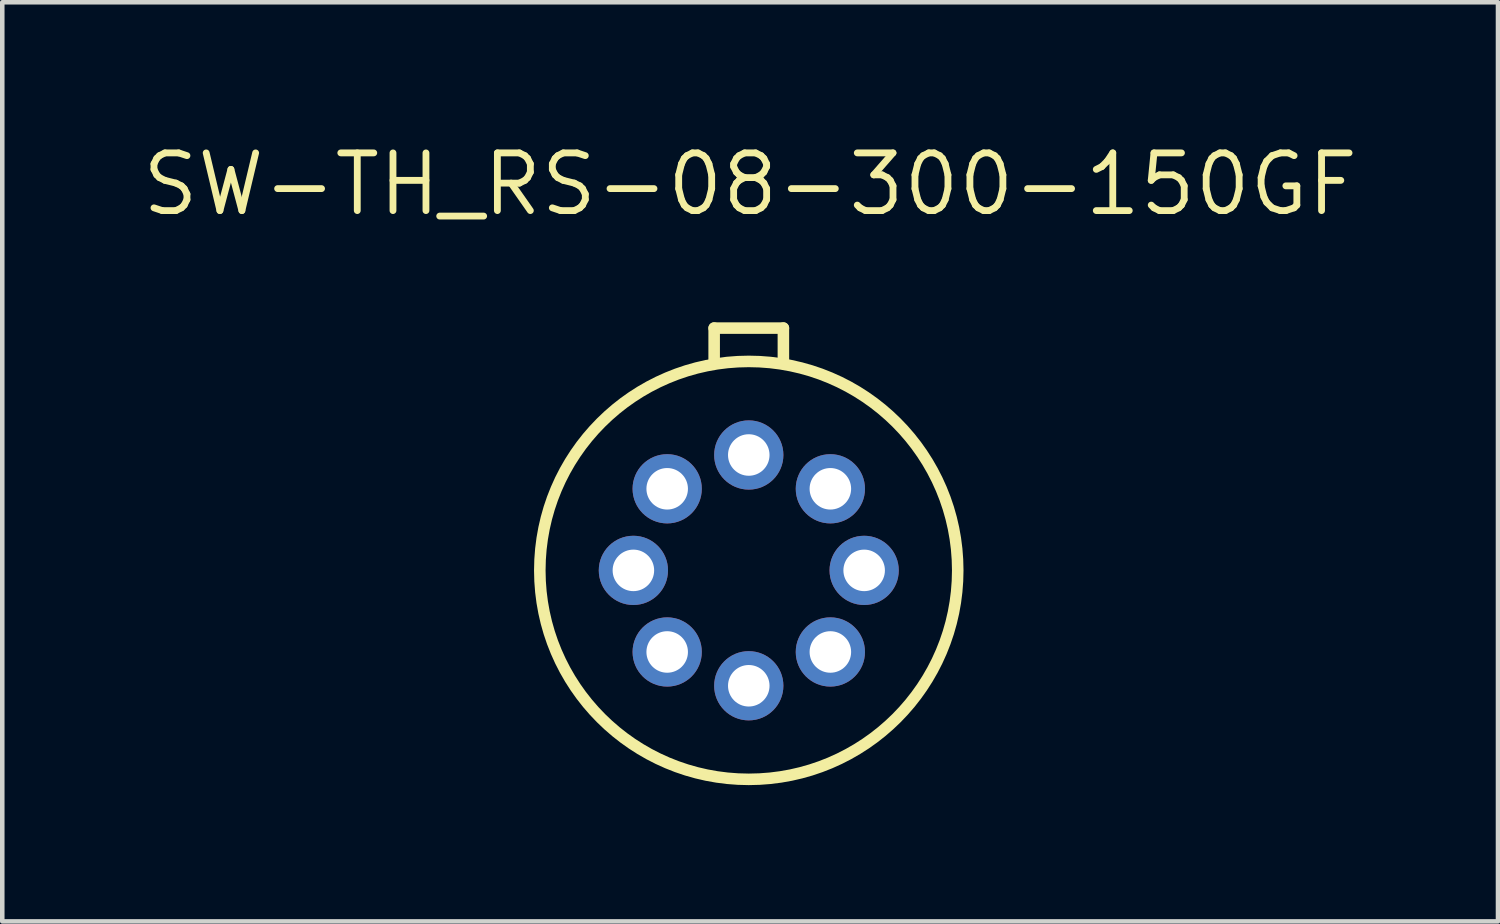
<source format=kicad_pcb>
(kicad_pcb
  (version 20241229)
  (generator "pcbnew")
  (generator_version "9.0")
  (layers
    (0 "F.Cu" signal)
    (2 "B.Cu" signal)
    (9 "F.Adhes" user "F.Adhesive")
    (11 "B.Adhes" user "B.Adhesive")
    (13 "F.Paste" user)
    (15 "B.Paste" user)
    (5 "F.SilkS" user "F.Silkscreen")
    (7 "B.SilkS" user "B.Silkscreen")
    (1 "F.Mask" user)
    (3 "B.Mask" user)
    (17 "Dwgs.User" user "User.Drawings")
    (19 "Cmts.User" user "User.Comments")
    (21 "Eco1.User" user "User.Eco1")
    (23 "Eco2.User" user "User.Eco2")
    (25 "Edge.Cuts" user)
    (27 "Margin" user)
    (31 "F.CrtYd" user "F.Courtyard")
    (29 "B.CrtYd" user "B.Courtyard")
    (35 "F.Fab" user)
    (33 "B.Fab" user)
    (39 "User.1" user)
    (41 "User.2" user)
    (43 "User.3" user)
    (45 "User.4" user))
  (footprint "SW-TH_RS-08-300-150GF"
    (layer "F.Cu")
    (at 13.433 9.506)
    (property "Reference" "SW-TH_RS-08-300-150GF" (at 0.03 -8.5 0) (layer "F.SilkS") (effects (font (size 1.27 1.27) (thickness 0.15))))
    (fp_line (start -0.762 -5.334) (end -0.762 -4.572) (stroke (width 0.254) (type default)) (layer "F.SilkS"))
    (fp_line (start 0.762 -5.334) (end -0.762 -5.334) (stroke (width 0.254) (type default)) (layer "F.SilkS"))
    (fp_line (start 0.762 -4.572) (end 0.762 -5.334) (stroke (width 0.254) (type default)) (layer "F.SilkS"))
    (fp_circle (center 0 0) (end 4.6 0) (stroke (width 0.254) (type default)) (fill no) (layer "F.SilkS"))
    (fp_circle (center 4.727 -4.727) (end 4.757 -4.727) (stroke (width 0.06) (type default)) (fill no) (layer "User.5"))
    (pad "1" thru_hole oval (at 1.796 -1.796) (size 1.524 1.524) (drill 0.914) (layers "*.Cu" "*.Mask"))
    (pad "2" thru_hole oval (at 2.54 0) (size 1.524 1.524) (drill 0.914) (layers "*.Cu" "*.Mask"))
    (pad "3" thru_hole oval (at 1.796 1.796) (size 1.524 1.524) (drill 0.914) (layers "*.Cu" "*.Mask"))
    (pad "4" thru_hole oval (at 0 2.54) (size 1.524 1.524) (drill 0.914) (layers "*.Cu" "*.Mask"))
    (pad "5" thru_hole oval (at -1.796 1.796) (size 1.524 1.524) (drill 0.914) (layers "*.Cu" "*.Mask"))
    (pad "6" thru_hole oval (at -2.54 0) (size 1.524 1.524) (drill 0.914) (layers "*.Cu" "*.Mask"))
    (pad "7" thru_hole oval (at -1.796 -1.796) (size 1.524 1.524) (drill 0.914) (layers "*.Cu" "*.Mask"))
    (pad "C" thru_hole oval (at 0 -2.54) (size 1.524 1.524) (drill 0.914) (layers "*.Cu" "*.Mask"))
    (zone (net_name "") (layer "Dwgs.User") (hatch edge 0.5) (priority 100) (connect_pads yes) (min_thickness 0) (filled_areas_thickness no) (fill yes) (polygon (pts (arc (start 12.798289 4.8072) (mid 12.671289 4.9342) (end 12.544289 4.8072)) (arc (start 12.544289 4.1722) (mid 12.581486 4.082397) (end 12.671289 4.0452)) (arc (start 14.195289 4.0452) (mid 14.285092 4.082397) (end 14.322289 4.1722)) (arc (start 14.322289 4.8072) (mid 14.195289 4.9342) (end 14.068289 4.8072)) (xy 14.068 4.299) (xy 12.798 4.299))) (filled_polygon (layer "Dwgs.User") (island) (pts (arc (start 12.798289 4.8072) (mid 12.671289 4.9342) (end 12.544289 4.8072)) (arc (start 12.544289 4.1722) (mid 12.581486 4.082397) (end 12.671289 4.0452)) (arc (start 14.195289 4.0452) (mid 14.285092 4.082397) (end 14.322289 4.1722)) (arc (start 14.322289 4.8072) (mid 14.195289 4.9342) (end 14.068289 4.8072)) (xy 14.068 4.299) (xy 12.798 4.299))))
    (zone (net_name "") (layer "User.3") (hatch edge 0.5) (priority 100) (connect_pads yes) (min_thickness 0) (filled_areas_thickness no) (fill yes) (polygon (pts (arc (start 8.706289 9.5062) (mid 13.433289 4.7792) (end 18.160289 9.5062)) (arc (start 18.160289 9.5062) (mid 13.433289 14.2332) (end 8.706289 9.5062)))) (filled_polygon (layer "User.3") (island) (pts (arc (start 8.706289 9.5062) (mid 13.433289 4.7792) (end 18.160289 9.5062)) (arc (start 18.160289 9.5062) (mid 13.433289 14.2332) (end 8.706289 9.5062)))))
    (zone (net_name "") (layer "User.4") (hatch edge 0.5) (priority 100) (connect_pads yes) (min_thickness 0) (filled_areas_thickness no) (fill yes) (polygon (pts (xy 10.573 9.186) (xy 11.213 9.186) (xy 11.213 9.826) (xy 10.573 9.826))) (filled_polygon (layer "User.4") (island) (pts (xy 10.573 9.186) (xy 11.213 9.186) (xy 11.213 9.826) (xy 10.573 9.826))))
    (zone (net_name "") (layer "User.4") (hatch edge 0.5) (priority 100) (connect_pads yes) (min_thickness 0) (filled_areas_thickness no) (fill yes) (polygon (pts (xy 11.317 7.39) (xy 11.957 7.39) (xy 11.957 8.03) (xy 11.317 8.03))) (filled_polygon (layer "User.4") (island) (pts (xy 11.317 7.39) (xy 11.957 7.39) (xy 11.957 8.03) (xy 11.317 8.03))))
    (zone (net_name "") (layer "User.4") (hatch edge 0.5) (priority 100) (connect_pads yes) (min_thickness 0) (filled_areas_thickness no) (fill yes) (polygon (pts (xy 11.317 10.982) (xy 11.957 10.982) (xy 11.957 11.622) (xy 11.317 11.622))) (filled_polygon (layer "User.4") (island) (pts (xy 11.317 10.982) (xy 11.957 10.982) (xy 11.957 11.622) (xy 11.317 11.622))))
    (zone (net_name "") (layer "User.4") (hatch edge 0.5) (priority 100) (connect_pads yes) (min_thickness 0) (filled_areas_thickness no) (fill yes) (polygon (pts (xy 13.113 6.646) (xy 13.753 6.646) (xy 13.753 7.286) (xy 13.113 7.286))) (filled_polygon (layer "User.4") (island) (pts (xy 13.113 6.646) (xy 13.753 6.646) (xy 13.753 7.286) (xy 13.113 7.286))))
    (zone (net_name "") (layer "User.4") (hatch edge 0.5) (priority 100) (connect_pads yes) (min_thickness 0) (filled_areas_thickness no) (fill yes) (polygon (pts (xy 13.113 11.726) (xy 13.753 11.726) (xy 13.753 12.366) (xy 13.113 12.366))) (filled_polygon (layer "User.4") (island) (pts (xy 13.113 11.726) (xy 13.753 11.726) (xy 13.753 12.366) (xy 13.113 12.366))))
    (zone (net_name "") (layer "User.4") (hatch edge 0.5) (priority 100) (connect_pads yes) (min_thickness 0) (filled_areas_thickness no) (fill yes) (polygon (pts (xy 14.909 7.39) (xy 15.549 7.39) (xy 15.549 8.03) (xy 14.909 8.03))) (filled_polygon (layer "User.4") (island) (pts (xy 14.909 7.39) (xy 15.549 7.39) (xy 15.549 8.03) (xy 14.909 8.03))))
    (zone (net_name "") (layer "User.4") (hatch edge 0.5) (priority 100) (connect_pads yes) (min_thickness 0) (filled_areas_thickness no) (fill yes) (polygon (pts (xy 14.909 10.982) (xy 15.549 10.982) (xy 15.549 11.622) (xy 14.909 11.622))) (filled_polygon (layer "User.4") (island) (pts (xy 14.909 10.982) (xy 15.549 10.982) (xy 15.549 11.622) (xy 14.909 11.622))))
    (zone (net_name "") (layer "User.4") (hatch edge 0.5) (priority 100) (connect_pads yes) (min_thickness 0) (filled_areas_thickness no) (fill yes) (polygon (pts (xy 15.653 9.186) (xy 16.293 9.186) (xy 16.293 9.826) (xy 15.653 9.826))) (filled_polygon (layer "User.4") (island) (pts (xy 15.653 9.186) (xy 16.293 9.186) (xy 16.293 9.826) (xy 15.653 9.826)))))
  (gr_rect
    (start -3 -3)
    (end 29.926 17.233)
    (stroke (width 0.1) (type default))
    (fill no)
    (layer "Edge.Cuts")))
</source>
